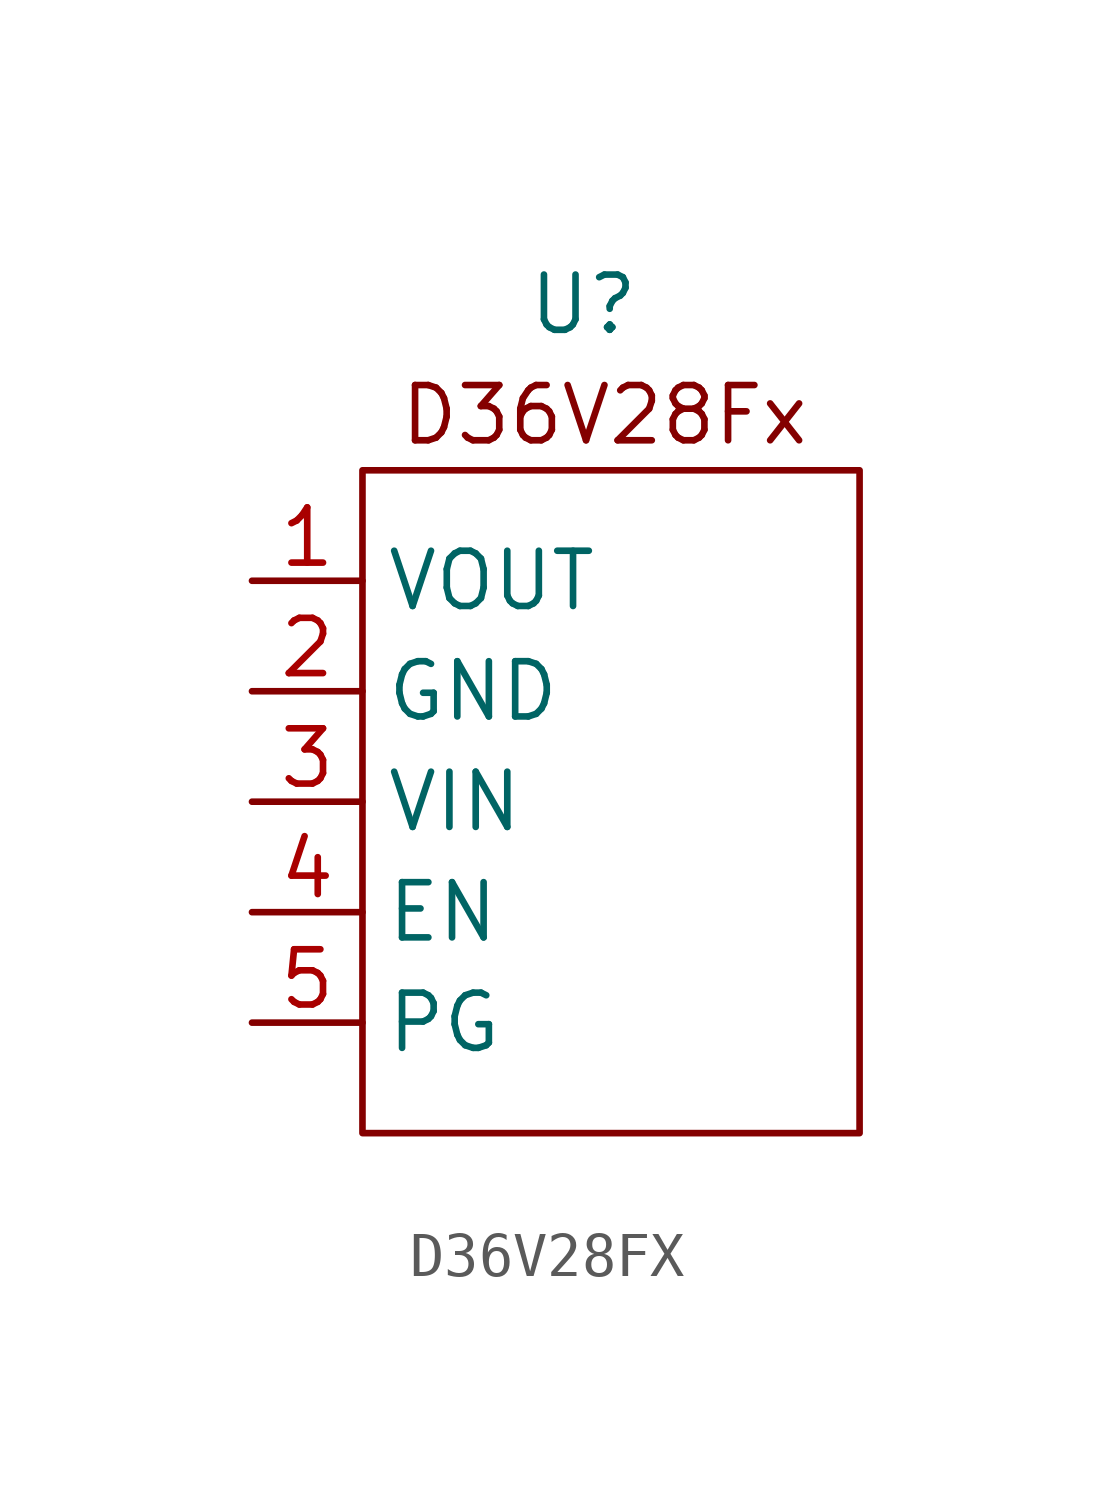
<source format=kicad_sym>
(kicad_symbol_lib
  (version 20220914)
  (generator kicad_symbol_editor)
  (symbol "D36V28FX"
    (property "Reference" "U"
      (at 0 1.27 0)
      (effects (font (size 1.27 1.27))))
    (property "Value" ""
      (at 0 0 0)
      (effects (font (size 1.27 1.27))))
    (symbol "D36V28FX_0_1"
      (rectangle (start -5.08 -2.54) (end 6.35 -17.78) (stroke (width 0) (type solid)) (fill (type none))))
    (symbol "D36V28FX_1_0"
      (pin power_out line (at -7.62 -5.08 0) (length 2.54) (name "VOUT" (effects (font (size 1.27 1.27)))) (number "1" (effects (font (size 1.27 1.27)))))
      (pin power_in line (at -7.62 -7.62 0) (length 2.54) (name "GND" (effects (font (size 1.27 1.27)))) (number "2" (effects (font (size 1.27 1.27)))))
      (pin power_in line (at -7.62 -10.16 0) (length 2.54) (name "VIN" (effects (font (size 1.27 1.27)))) (number "3" (effects (font (size 1.27 1.27)))))
      (pin input line (at -7.62 -12.7 0) (length 2.54) (name "EN" (effects (font (size 1.27 1.27)))) (number "4" (effects (font (size 1.27 1.27)))))
      (pin output line (at -7.62 -15.24 0) (length 2.54) (name "PG" (effects (font (size 1.27 1.27)))) (number "5" (effects (font (size 1.27 1.27))))))
    (symbol "D36V28FX_1_1"
      (text " D36V28Fx" (at 0 -1.27 0) (effects (font (size 1.27 1.27)))))))
</source>
